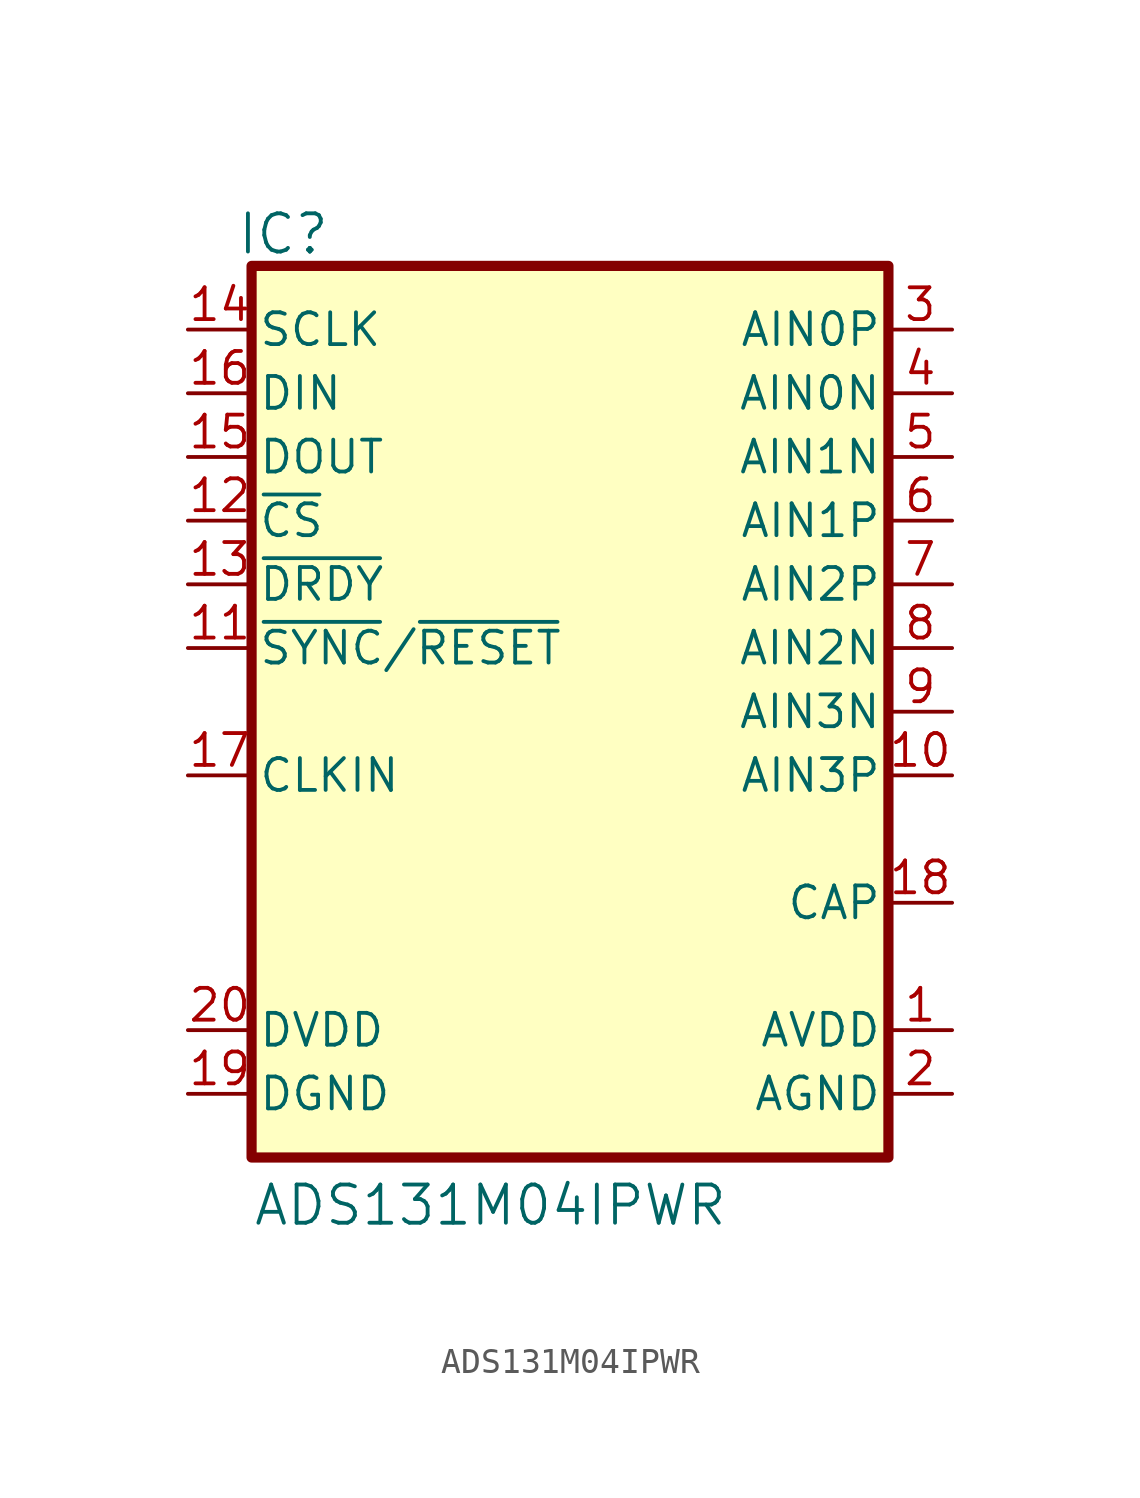
<source format=kicad_sym>
(kicad_symbol_lib
  (version 20220914)
  (generator kicad_symbol_editor)
  (symbol "ADS131M04IPWR"
    (pin_names
      (offset 0.254))
    (property "Reference" "IC"
      (at -11.43 19.05 0)
      (effects (font (size 1.524 1.524))))
    (property "Value" "ADS131M04IPWR"
      (at -3.175 -19.685 0)
      (effects (font (size 1.524 1.524))))
    (symbol "ADS131M04IPWR_1_1"
      (rectangle (start -12.7 17.78) (end 12.7 -17.78) (stroke (width 0.406) (type default)) (fill (type background)))
      (pin power_in line (at 15.24 -12.7 180) (length 2.54) (name "AVDD" (effects (font (size 1.27 1.27)))) (number "1" (effects (font (size 1.27 1.27)))))
      (pin input line (at 15.24 -2.54 180) (length 2.54) (name "AIN3P" (effects (font (size 1.27 1.27)))) (number "10" (effects (font (size 1.27 1.27)))))
      (pin input line (at -15.24 2.54 0) (length 2.54) (name "~{SYNC}/~{RESET}" (effects (font (size 1.27 1.27)))) (number "11" (effects (font (size 1.27 1.27)))))
      (pin input line (at -15.24 7.62 0) (length 2.54) (name "~{CS}" (effects (font (size 1.27 1.27)))) (number "12" (effects (font (size 1.27 1.27)))))
      (pin output line (at -15.24 5.08 0) (length 2.54) (name "~{DRDY}" (effects (font (size 1.27 1.27)))) (number "13" (effects (font (size 1.27 1.27)))))
      (pin input line (at -15.24 15.24 0) (length 2.54) (name "SCLK" (effects (font (size 1.27 1.27)))) (number "14" (effects (font (size 1.27 1.27)))))
      (pin passive line (at -15.24 10.16 0) (length 2.54) (name "DOUT" (effects (font (size 1.27 1.27)))) (number "15" (effects (font (size 1.27 1.27)))))
      (pin input line (at -15.24 12.7 0) (length 2.54) (name "DIN" (effects (font (size 1.27 1.27)))) (number "16" (effects (font (size 1.27 1.27)))))
      (pin input line (at -15.24 -2.54 0) (length 2.54) (name "CLKIN" (effects (font (size 1.27 1.27)))) (number "17" (effects (font (size 1.27 1.27)))))
      (pin output line (at 15.24 -7.62 180) (length 2.54) (name "CAP" (effects (font (size 1.27 1.27)))) (number "18" (effects (font (size 1.27 1.27)))))
      (pin passive line (at -15.24 -15.24 0) (length 2.54) (name "DGND" (effects (font (size 1.27 1.27)))) (number "19" (effects (font (size 1.27 1.27)))))
      (pin passive line (at 15.24 -15.24 180) (length 2.54) (name "AGND" (effects (font (size 1.27 1.27)))) (number "2" (effects (font (size 1.27 1.27)))))
      (pin power_in line (at -15.24 -12.7 0) (length 2.54) (name "DVDD" (effects (font (size 1.27 1.27)))) (number "20" (effects (font (size 1.27 1.27)))))
      (pin input line (at 15.24 15.24 180) (length 2.54) (name "AIN0P" (effects (font (size 1.27 1.27)))) (number "3" (effects (font (size 1.27 1.27)))))
      (pin input line (at 15.24 12.7 180) (length 2.54) (name "AIN0N" (effects (font (size 1.27 1.27)))) (number "4" (effects (font (size 1.27 1.27)))))
      (pin input line (at 15.24 10.16 180) (length 2.54) (name "AIN1N" (effects (font (size 1.27 1.27)))) (number "5" (effects (font (size 1.27 1.27)))))
      (pin input line (at 15.24 7.62 180) (length 2.54) (name "AIN1P" (effects (font (size 1.27 1.27)))) (number "6" (effects (font (size 1.27 1.27)))))
      (pin input line (at 15.24 5.08 180) (length 2.54) (name "AIN2P" (effects (font (size 1.27 1.27)))) (number "7" (effects (font (size 1.27 1.27)))))
      (pin input line (at 15.24 2.54 180) (length 2.54) (name "AIN2N" (effects (font (size 1.27 1.27)))) (number "8" (effects (font (size 1.27 1.27)))))
      (pin input line (at 15.24 0 180) (length 2.54) (name "AIN3N" (effects (font (size 1.27 1.27)))) (number "9" (effects (font (size 1.27 1.27))))))))
</source>
